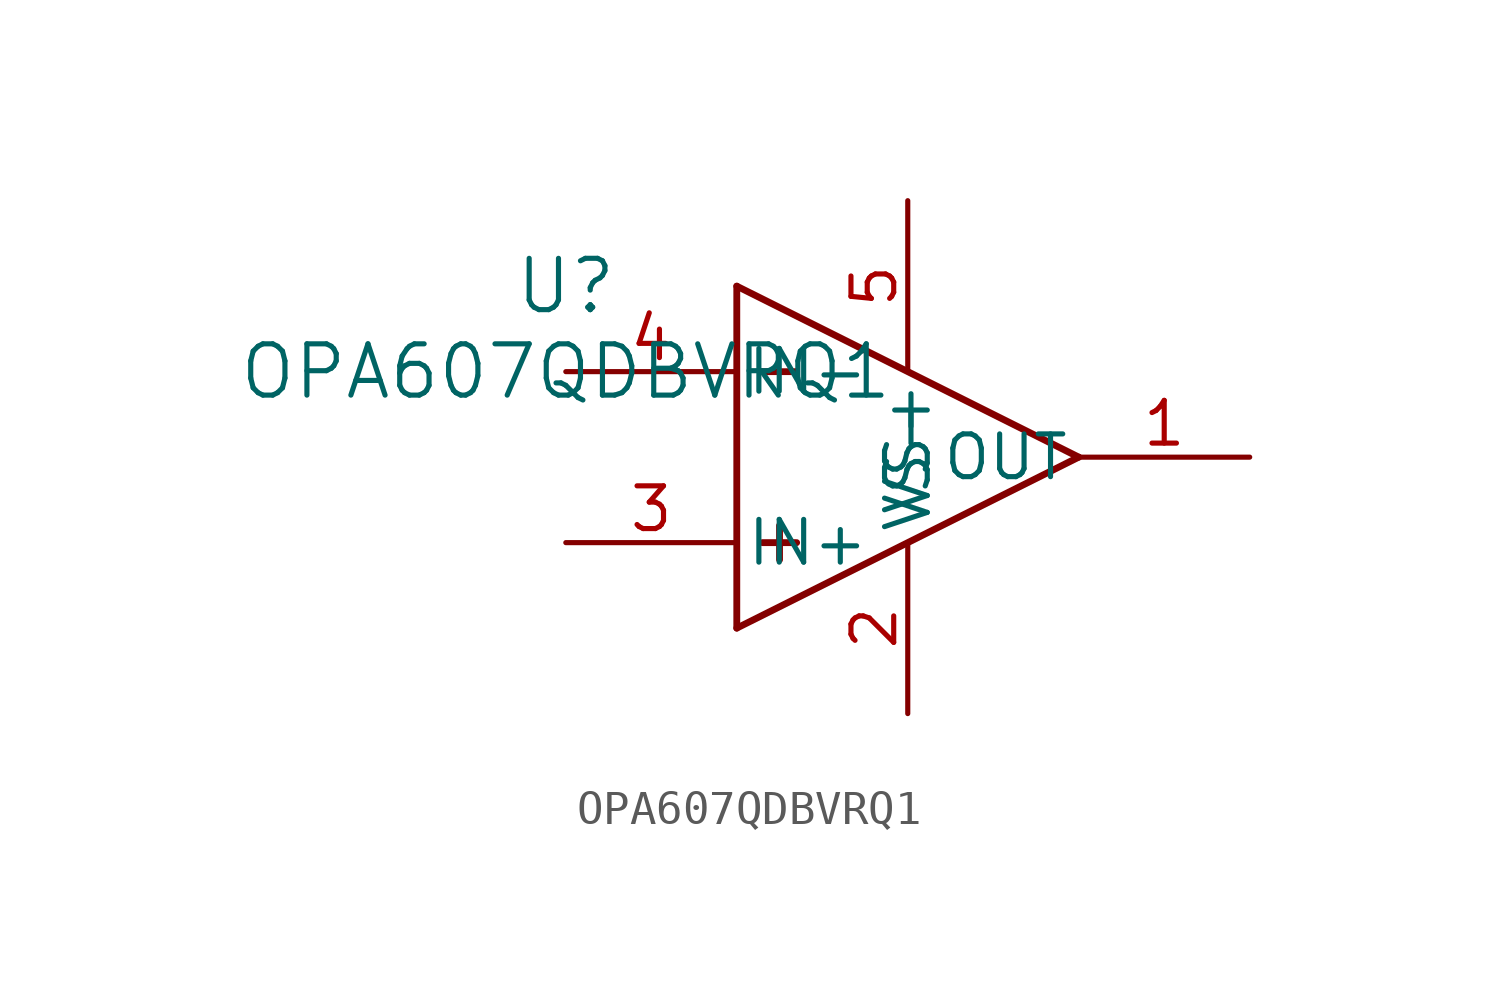
<source format=kicad_sym>
(kicad_symbol_lib
  (version 20211014)
  (generator kicad_symbol_editor)
  (symbol "OPA607QDBVRQ1"
    (pin_names
      (offset 0.254))
    (property "Reference" "U"
      (at 0 2.54 0)
      (effects (font (size 1.524 1.524))))
    (property "Value" "OPA607QDBVRQ1"
      (at 0 0 0)
      (effects (font (size 1.524 1.524))))
    (symbol "OPA607QDBVRQ1_0_1"
      (polyline (pts (xy 5.08 2.54) (xy 15.24 -2.54)) (stroke (width 0.203) (type default) (color 0 0 0 0)) (fill (type none)))
      (polyline (pts (xy 5.08 -7.62) (xy 15.24 -2.54)) (stroke (width 0.203) (type default) (color 0 0 0 0)) (fill (type none)))
      (polyline (pts (xy 5.08 -7.62) (xy 5.08 2.54)) (stroke (width 0.203) (type default) (color 0 0 0 0)) (fill (type none)))
      (polyline (pts (xy 5.842 0) (xy 6.858 0)) (stroke (width 0.203) (type default) (color 0 0 0 0)) (fill (type none)))
      (polyline (pts (xy 5.842 -5.08) (xy 6.858 -5.08)) (stroke (width 0.203) (type default) (color 0 0 0 0)) (fill (type none)))
      (polyline (pts (xy 6.35 -4.572) (xy 6.35 -5.588)) (stroke (width 0.203) (type default) (color 0 0 0 0)) (fill (type none)))
      (pin unspecified line (at 20.32 -2.54 180) (length 5.08) (name "OUT" (effects (font (size 1.27 1.27)))) (number "1" (effects (font (size 1.27 1.27)))))
      (pin power_in line (at 10.16 -10.16 90) (length 5.08) (name "VS-" (effects (font (size 1.27 1.27)))) (number "2" (effects (font (size 1.27 1.27)))))
      (pin tri_state line (at 0 -5.08 0) (length 5.08) (name "IN+" (effects (font (size 1.27 1.27)))) (number "3" (effects (font (size 1.27 1.27)))))
      (pin tri_state line (at 0 0 0) (length 5.08) (name "IN-" (effects (font (size 1.27 1.27)))) (number "4" (effects (font (size 1.27 1.27)))))
      (pin power_in line (at 10.16 5.08 270) (length 5.08) (name "VS+" (effects (font (size 1.27 1.27)))) (number "5" (effects (font (size 1.27 1.27))))))))
</source>
